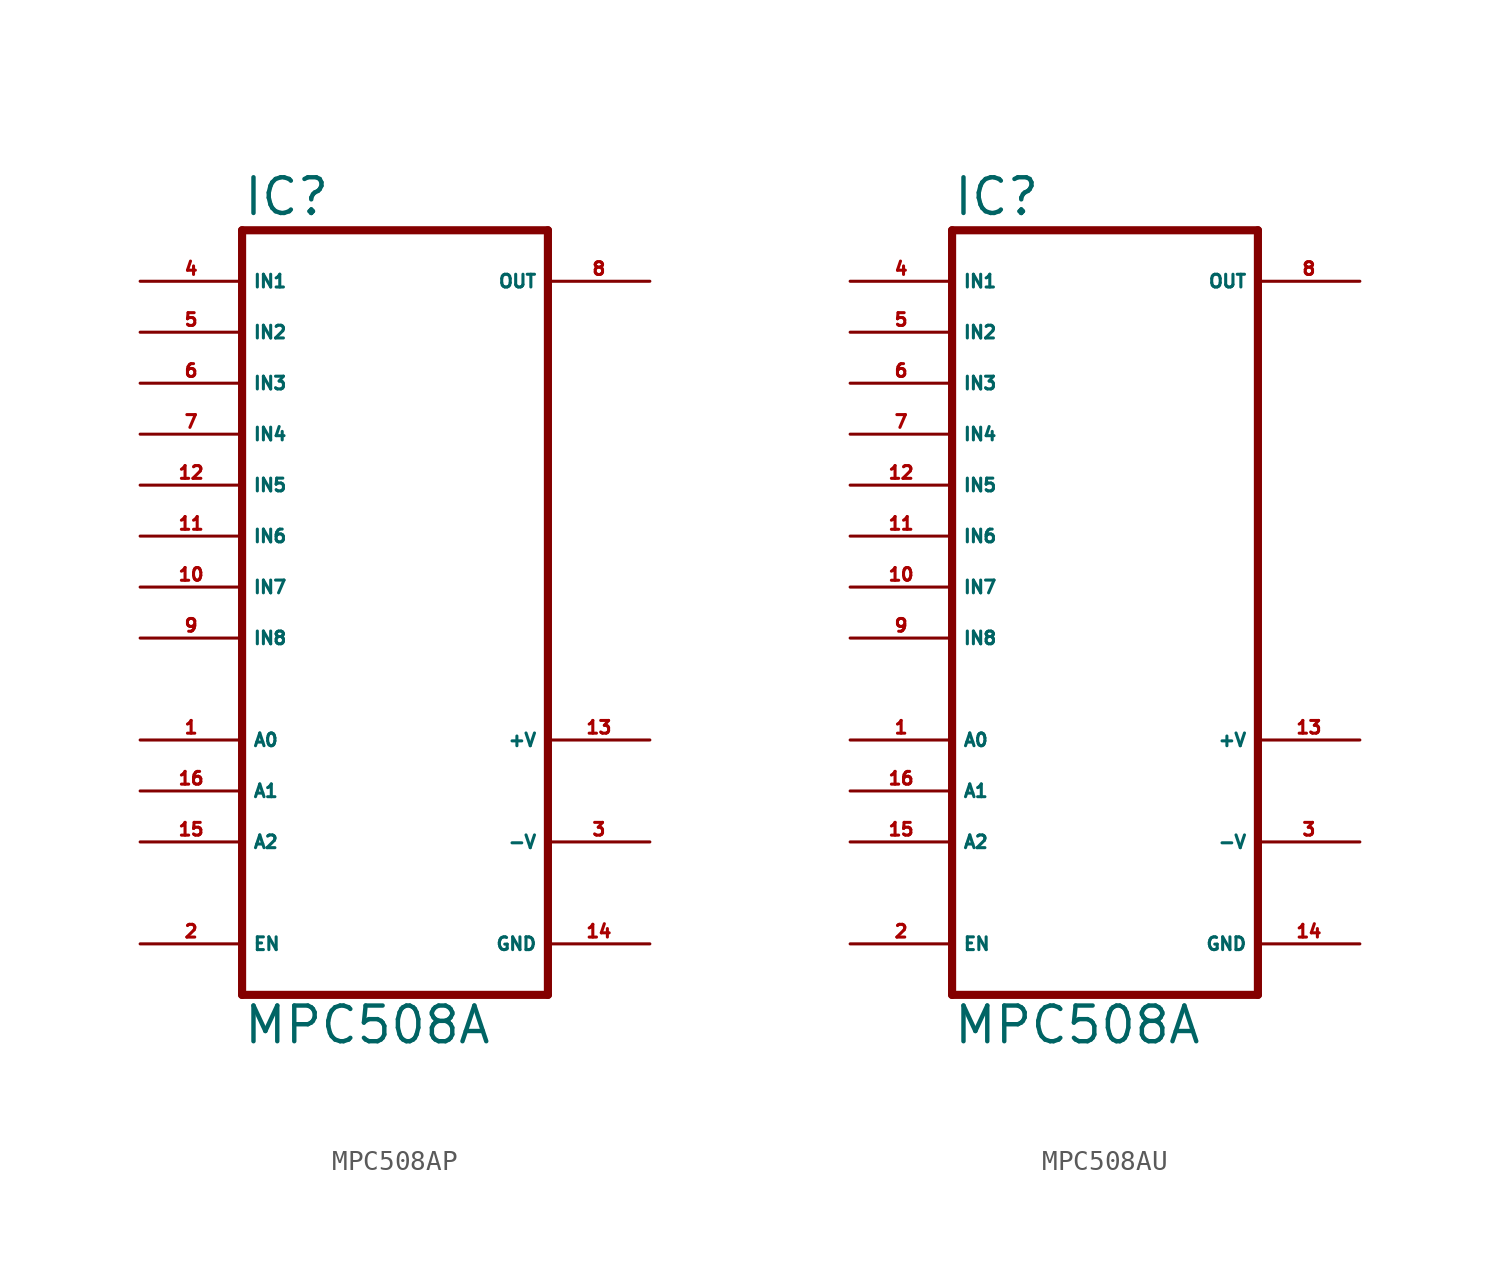
<source format=kicad_sym>
(kicad_symbol_lib
  (version 20220914)
  (generator Eagle2Kicad)
  (symbol "MPC508AP"
    (property "Reference" "IC"
      (at -7.62 20.955 0)
      (effects (font (size 1.778 1.778) (thickness 0.22)) (justify left bottom)))
    (property "Value" "MPC508A"
      (at -7.62 -20.32 0)
      (effects (font (size 1.778 1.778) (thickness 0.22)) (justify left bottom)))
    (polyline
      (pts (xy -7.62 -17.78) (xy 7.62 -17.78))
      (stroke (width 0.406) (type default))
      (fill (type none)))
    (polyline
      (pts (xy 7.62 -17.78) (xy 7.62 20.32))
      (stroke (width 0.406) (type default))
      (fill (type none)))
    (polyline
      (pts (xy 7.62 20.32) (xy -7.62 20.32))
      (stroke (width 0.406) (type default))
      (fill (type none)))
    (polyline
      (pts (xy -7.62 20.32) (xy -7.62 -17.78))
      (stroke (width 0.406) (type default))
      (fill (type none)))
    (pin input line
      (at -12.7 17.78 0)
      (length 5.08)
      (name "IN1" (effects (font (size 0.635 0.635) (thickness 0.08)) (justify left bottom)))
      (number "4" (effects (font (size 0.635 0.635) (thickness 0.08)) (justify left bottom))))
    (pin input line
      (at -12.7 15.24 0)
      (length 5.08)
      (name "IN2" (effects (font (size 0.635 0.635) (thickness 0.08)) (justify left bottom)))
      (number "5" (effects (font (size 0.635 0.635) (thickness 0.08)) (justify left bottom))))
    (pin input line
      (at -12.7 12.7 0)
      (length 5.08)
      (name "IN3" (effects (font (size 0.635 0.635) (thickness 0.08)) (justify left bottom)))
      (number "6" (effects (font (size 0.635 0.635) (thickness 0.08)) (justify left bottom))))
    (pin input line
      (at -12.7 10.16 0)
      (length 5.08)
      (name "IN4" (effects (font (size 0.635 0.635) (thickness 0.08)) (justify left bottom)))
      (number "7" (effects (font (size 0.635 0.635) (thickness 0.08)) (justify left bottom))))
    (pin input line
      (at -12.7 7.62 0)
      (length 5.08)
      (name "IN5" (effects (font (size 0.635 0.635) (thickness 0.08)) (justify left bottom)))
      (number "12" (effects (font (size 0.635 0.635) (thickness 0.08)) (justify left bottom))))
    (pin input line
      (at -12.7 5.08 0)
      (length 5.08)
      (name "IN6" (effects (font (size 0.635 0.635) (thickness 0.08)) (justify left bottom)))
      (number "11" (effects (font (size 0.635 0.635) (thickness 0.08)) (justify left bottom))))
    (pin input line
      (at -12.7 2.54 0)
      (length 5.08)
      (name "IN7" (effects (font (size 0.635 0.635) (thickness 0.08)) (justify left bottom)))
      (number "10" (effects (font (size 0.635 0.635) (thickness 0.08)) (justify left bottom))))
    (pin input line
      (at -12.7 0 0)
      (length 5.08)
      (name "IN8" (effects (font (size 0.635 0.635) (thickness 0.08)) (justify left bottom)))
      (number "9" (effects (font (size 0.635 0.635) (thickness 0.08)) (justify left bottom))))
    (pin input line
      (at -12.7 -5.08 0)
      (length 5.08)
      (name "A0" (effects (font (size 0.635 0.635) (thickness 0.08)) (justify left bottom)))
      (number "1" (effects (font (size 0.635 0.635) (thickness 0.08)) (justify left bottom))))
    (pin input line
      (at -12.7 -7.62 0)
      (length 5.08)
      (name "A1" (effects (font (size 0.635 0.635) (thickness 0.08)) (justify left bottom)))
      (number "16" (effects (font (size 0.635 0.635) (thickness 0.08)) (justify left bottom))))
    (pin input line
      (at -12.7 -10.16 0)
      (length 5.08)
      (name "A2" (effects (font (size 0.635 0.635) (thickness 0.08)) (justify left bottom)))
      (number "15" (effects (font (size 0.635 0.635) (thickness 0.08)) (justify left bottom))))
    (pin input line
      (at -12.7 -15.24 0)
      (length 5.08)
      (name "EN" (effects (font (size 0.635 0.635) (thickness 0.08)) (justify left bottom)))
      (number "2" (effects (font (size 0.635 0.635) (thickness 0.08)) (justify left bottom))))
    (pin output line
      (at 12.7 17.78 180)
      (length 5.08)
      (name "OUT" (effects (font (size 0.635 0.635) (thickness 0.08)) (justify left bottom)))
      (number "8" (effects (font (size 0.635 0.635) (thickness 0.08)) (justify left bottom))))
    (pin unspecified line
      (at 12.7 -15.24 180)
      (length 5.08)
      (name "GND" (effects (font (size 0.635 0.635) (thickness 0.08)) (justify left bottom)))
      (number "14" (effects (font (size 0.635 0.635) (thickness 0.08)) (justify left bottom))))
    (pin unspecified line
      (at 12.7 -10.16 180)
      (length 5.08)
      (name "-V" (effects (font (size 0.635 0.635) (thickness 0.08)) (justify left bottom)))
      (number "3" (effects (font (size 0.635 0.635) (thickness 0.08)) (justify left bottom))))
    (pin unspecified line
      (at 12.7 -5.08 180)
      (length 5.08)
      (name "+V" (effects (font (size 0.635 0.635) (thickness 0.08)) (justify left bottom)))
      (number "13" (effects (font (size 0.635 0.635) (thickness 0.08)) (justify left bottom)))))
  (symbol "MPC508AU"
    (property "Reference" "IC"
      (at -7.62 20.955 0)
      (effects (font (size 1.778 1.778) (thickness 0.22)) (justify left bottom)))
    (property "Value" "MPC508A"
      (at -7.62 -20.32 0)
      (effects (font (size 1.778 1.778) (thickness 0.22)) (justify left bottom)))
    (polyline
      (pts (xy -7.62 -17.78) (xy 7.62 -17.78))
      (stroke (width 0.406) (type default))
      (fill (type none)))
    (polyline
      (pts (xy 7.62 -17.78) (xy 7.62 20.32))
      (stroke (width 0.406) (type default))
      (fill (type none)))
    (polyline
      (pts (xy 7.62 20.32) (xy -7.62 20.32))
      (stroke (width 0.406) (type default))
      (fill (type none)))
    (polyline
      (pts (xy -7.62 20.32) (xy -7.62 -17.78))
      (stroke (width 0.406) (type default))
      (fill (type none)))
    (pin input line
      (at -12.7 17.78 0)
      (length 5.08)
      (name "IN1" (effects (font (size 0.635 0.635) (thickness 0.08)) (justify left bottom)))
      (number "4" (effects (font (size 0.635 0.635) (thickness 0.08)) (justify left bottom))))
    (pin input line
      (at -12.7 15.24 0)
      (length 5.08)
      (name "IN2" (effects (font (size 0.635 0.635) (thickness 0.08)) (justify left bottom)))
      (number "5" (effects (font (size 0.635 0.635) (thickness 0.08)) (justify left bottom))))
    (pin input line
      (at -12.7 12.7 0)
      (length 5.08)
      (name "IN3" (effects (font (size 0.635 0.635) (thickness 0.08)) (justify left bottom)))
      (number "6" (effects (font (size 0.635 0.635) (thickness 0.08)) (justify left bottom))))
    (pin input line
      (at -12.7 10.16 0)
      (length 5.08)
      (name "IN4" (effects (font (size 0.635 0.635) (thickness 0.08)) (justify left bottom)))
      (number "7" (effects (font (size 0.635 0.635) (thickness 0.08)) (justify left bottom))))
    (pin input line
      (at -12.7 7.62 0)
      (length 5.08)
      (name "IN5" (effects (font (size 0.635 0.635) (thickness 0.08)) (justify left bottom)))
      (number "12" (effects (font (size 0.635 0.635) (thickness 0.08)) (justify left bottom))))
    (pin input line
      (at -12.7 5.08 0)
      (length 5.08)
      (name "IN6" (effects (font (size 0.635 0.635) (thickness 0.08)) (justify left bottom)))
      (number "11" (effects (font (size 0.635 0.635) (thickness 0.08)) (justify left bottom))))
    (pin input line
      (at -12.7 2.54 0)
      (length 5.08)
      (name "IN7" (effects (font (size 0.635 0.635) (thickness 0.08)) (justify left bottom)))
      (number "10" (effects (font (size 0.635 0.635) (thickness 0.08)) (justify left bottom))))
    (pin input line
      (at -12.7 0 0)
      (length 5.08)
      (name "IN8" (effects (font (size 0.635 0.635) (thickness 0.08)) (justify left bottom)))
      (number "9" (effects (font (size 0.635 0.635) (thickness 0.08)) (justify left bottom))))
    (pin input line
      (at -12.7 -5.08 0)
      (length 5.08)
      (name "A0" (effects (font (size 0.635 0.635) (thickness 0.08)) (justify left bottom)))
      (number "1" (effects (font (size 0.635 0.635) (thickness 0.08)) (justify left bottom))))
    (pin input line
      (at -12.7 -7.62 0)
      (length 5.08)
      (name "A1" (effects (font (size 0.635 0.635) (thickness 0.08)) (justify left bottom)))
      (number "16" (effects (font (size 0.635 0.635) (thickness 0.08)) (justify left bottom))))
    (pin input line
      (at -12.7 -10.16 0)
      (length 5.08)
      (name "A2" (effects (font (size 0.635 0.635) (thickness 0.08)) (justify left bottom)))
      (number "15" (effects (font (size 0.635 0.635) (thickness 0.08)) (justify left bottom))))
    (pin input line
      (at -12.7 -15.24 0)
      (length 5.08)
      (name "EN" (effects (font (size 0.635 0.635) (thickness 0.08)) (justify left bottom)))
      (number "2" (effects (font (size 0.635 0.635) (thickness 0.08)) (justify left bottom))))
    (pin output line
      (at 12.7 17.78 180)
      (length 5.08)
      (name "OUT" (effects (font (size 0.635 0.635) (thickness 0.08)) (justify left bottom)))
      (number "8" (effects (font (size 0.635 0.635) (thickness 0.08)) (justify left bottom))))
    (pin unspecified line
      (at 12.7 -15.24 180)
      (length 5.08)
      (name "GND" (effects (font (size 0.635 0.635) (thickness 0.08)) (justify left bottom)))
      (number "14" (effects (font (size 0.635 0.635) (thickness 0.08)) (justify left bottom))))
    (pin unspecified line
      (at 12.7 -10.16 180)
      (length 5.08)
      (name "-V" (effects (font (size 0.635 0.635) (thickness 0.08)) (justify left bottom)))
      (number "3" (effects (font (size 0.635 0.635) (thickness 0.08)) (justify left bottom))))
    (pin unspecified line
      (at 12.7 -5.08 180)
      (length 5.08)
      (name "+V" (effects (font (size 0.635 0.635) (thickness 0.08)) (justify left bottom)))
      (number "13" (effects (font (size 0.635 0.635) (thickness 0.08)) (justify left bottom))))))
</source>
